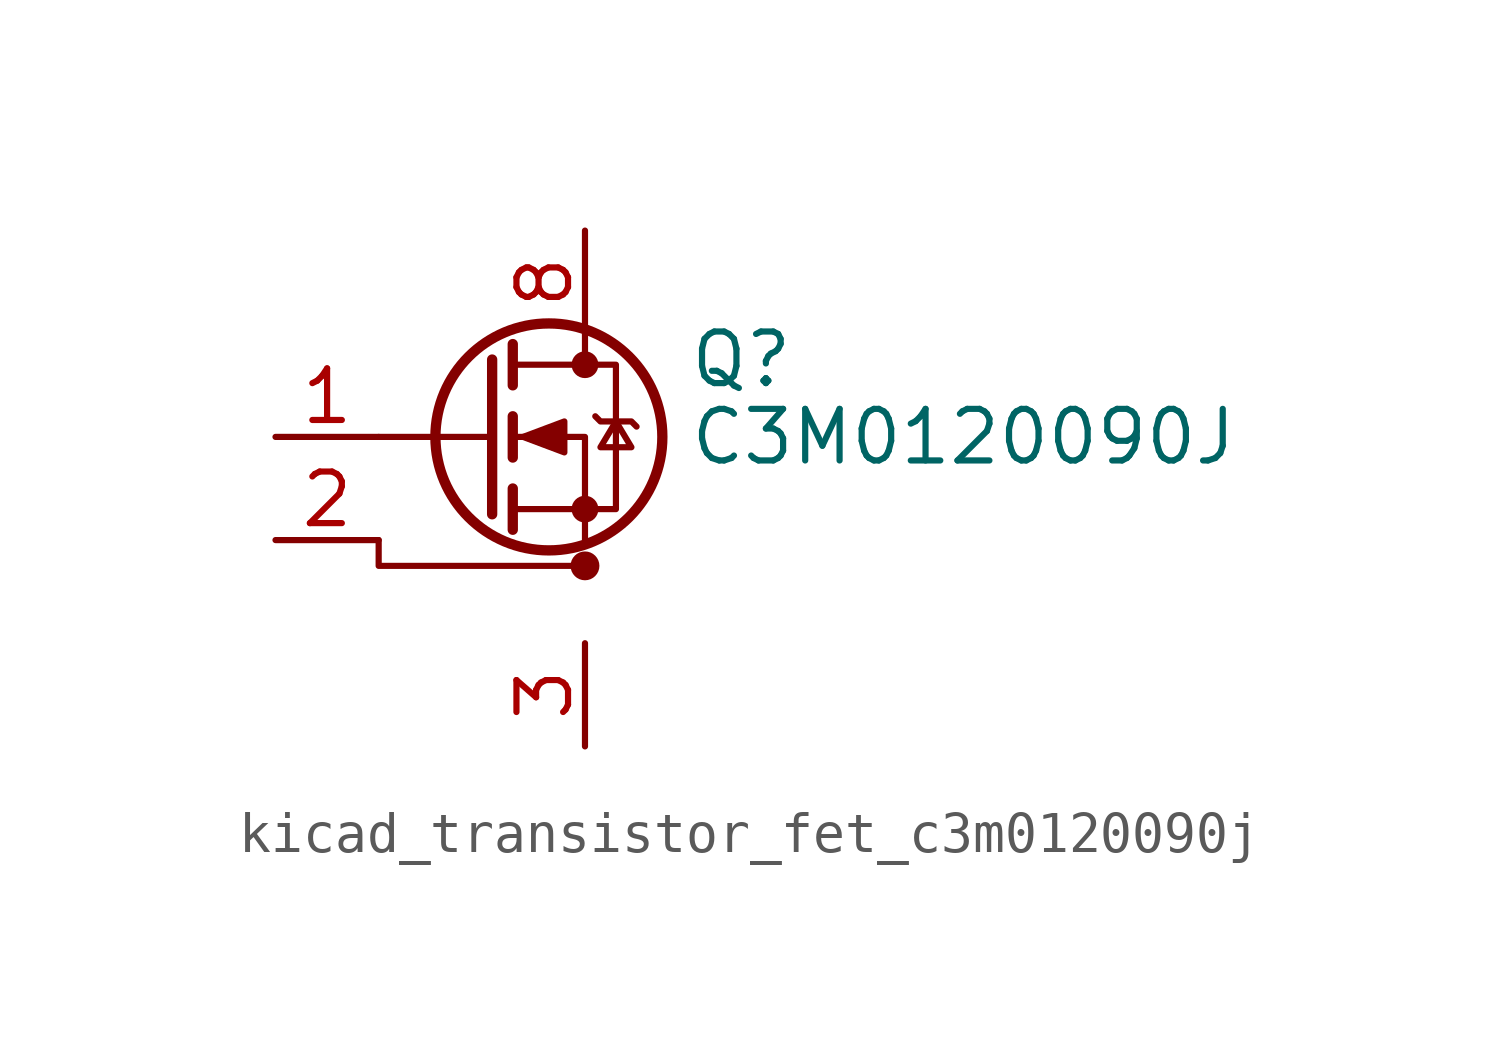
<source format=kicad_sym>
(kicad_symbol_lib
  (version 20220914)
  (generator kicad_symbol_editor)
  (symbol "kicad_transistor_fet_c3m0120090j"
    (pin_names hide)
    (property "Reference" "Q"
      (at 5.08 1.905 0)
      (effects (font (size 1.27 1.27)) (justify left)))
    (property "Value" "C3M0120090J"
      (at 5.08 0 0)
      (effects (font (size 1.27 1.27)) (justify left)))
    (symbol "kicad_transistor_fet_c3m0120090j_0_1"
      (polyline (pts (xy 0.254 0) (xy -2.54 0)) (stroke (width 0) (type default)) (fill (type none)))
      (polyline (pts (xy 0.254 1.905) (xy 0.254 -1.905)) (stroke (width 0.254) (type default)) (fill (type none)))
      (polyline (pts (xy 0.762 -1.27) (xy 0.762 -2.286)) (stroke (width 0.254) (type default)) (fill (type none)))
      (polyline (pts (xy 0.762 0.508) (xy 0.762 -0.508)) (stroke (width 0.254) (type default)) (fill (type none)))
      (polyline (pts (xy 0.762 2.286) (xy 0.762 1.27)) (stroke (width 0.254) (type default)) (fill (type none)))
      (polyline (pts (xy 2.54 2.54) (xy 2.54 1.778)) (stroke (width 0) (type default)) (fill (type none)))
      (polyline (pts (xy -2.54 -2.54) (xy -2.54 -3.175) (xy 2.54 -3.175)) (stroke (width 0) (type default)) (fill (type none)))
      (polyline (pts (xy 2.54 -2.54) (xy 2.54 0) (xy 0.762 0)) (stroke (width 0) (type default)) (fill (type none)))
      (polyline (pts (xy 0.762 -1.778) (xy 3.302 -1.778) (xy 3.302 1.778) (xy 0.762 1.778)) (stroke (width 0) (type default)) (fill (type none)))
      (polyline (pts (xy 1.016 0) (xy 2.032 0.381) (xy 2.032 -0.381) (xy 1.016 0)) (stroke (width 0) (type default)) (fill (type outline)))
      (polyline (pts (xy 2.794 0.508) (xy 2.921 0.381) (xy 3.683 0.381) (xy 3.81 0.254)) (stroke (width 0) (type default)) (fill (type none)))
      (polyline (pts (xy 3.302 0.381) (xy 2.921 -0.254) (xy 3.683 -0.254) (xy 3.302 0.381)) (stroke (width 0) (type default)) (fill (type none)))
      (circle (center 1.651 0) (radius 2.794) (stroke (width 0.254) (type default)) (fill (type none)))
      (circle (center 2.54 -3.175) (radius 0.279) (stroke (width 0) (type default)) (fill (type outline)))
      (circle (center 2.54 -1.778) (radius 0.254) (stroke (width 0) (type default)) (fill (type outline)))
      (circle (center 2.54 1.778) (radius 0.254) (stroke (width 0) (type default)) (fill (type outline))))
    (symbol "kicad_transistor_fet_c3m0120090j_1_1"
      (pin input line (at -5.08 0 0) (length 2.54) (name "G" (effects (font (size 1.27 1.27)))) (number "1" (effects (font (size 1.27 1.27)))))
      (pin passive line (at -5.08 -2.54 0) (length 2.54) (name "DS" (effects (font (size 1.27 1.27)))) (number "2" (effects (font (size 1.27 1.27)))))
      (pin passive line (at 2.54 -5.08 270) (length 2.54) (name "S" (effects (font (size 1.27 1.27)))) (number "3" (effects (font (size 1.27 1.27)))))
      (pin passive line (at 2.54 -5.08 270) (length 2.54) hide (name "S" (effects (font (size 1.27 1.27)))) (number "4" (effects (font (size 1.27 1.27)))))
      (pin passive line (at 2.54 -5.08 90) (length 2.54) hide (name "S" (effects (font (size 1.27 1.27)))) (number "5" (effects (font (size 1.27 1.27)))))
      (pin passive line (at 2.54 -5.08 90) (length 2.54) hide (name "S" (effects (font (size 1.27 1.27)))) (number "6" (effects (font (size 1.27 1.27)))))
      (pin passive line (at 2.54 -5.08 90) (length 2.54) hide (name "S" (effects (font (size 1.27 1.27)))) (number "7" (effects (font (size 1.27 1.27)))))
      (pin passive line (at 2.54 5.08 270) (length 2.54) (name "D" (effects (font (size 1.27 1.27)))) (number "8" (effects (font (size 1.27 1.27))))))))
</source>
